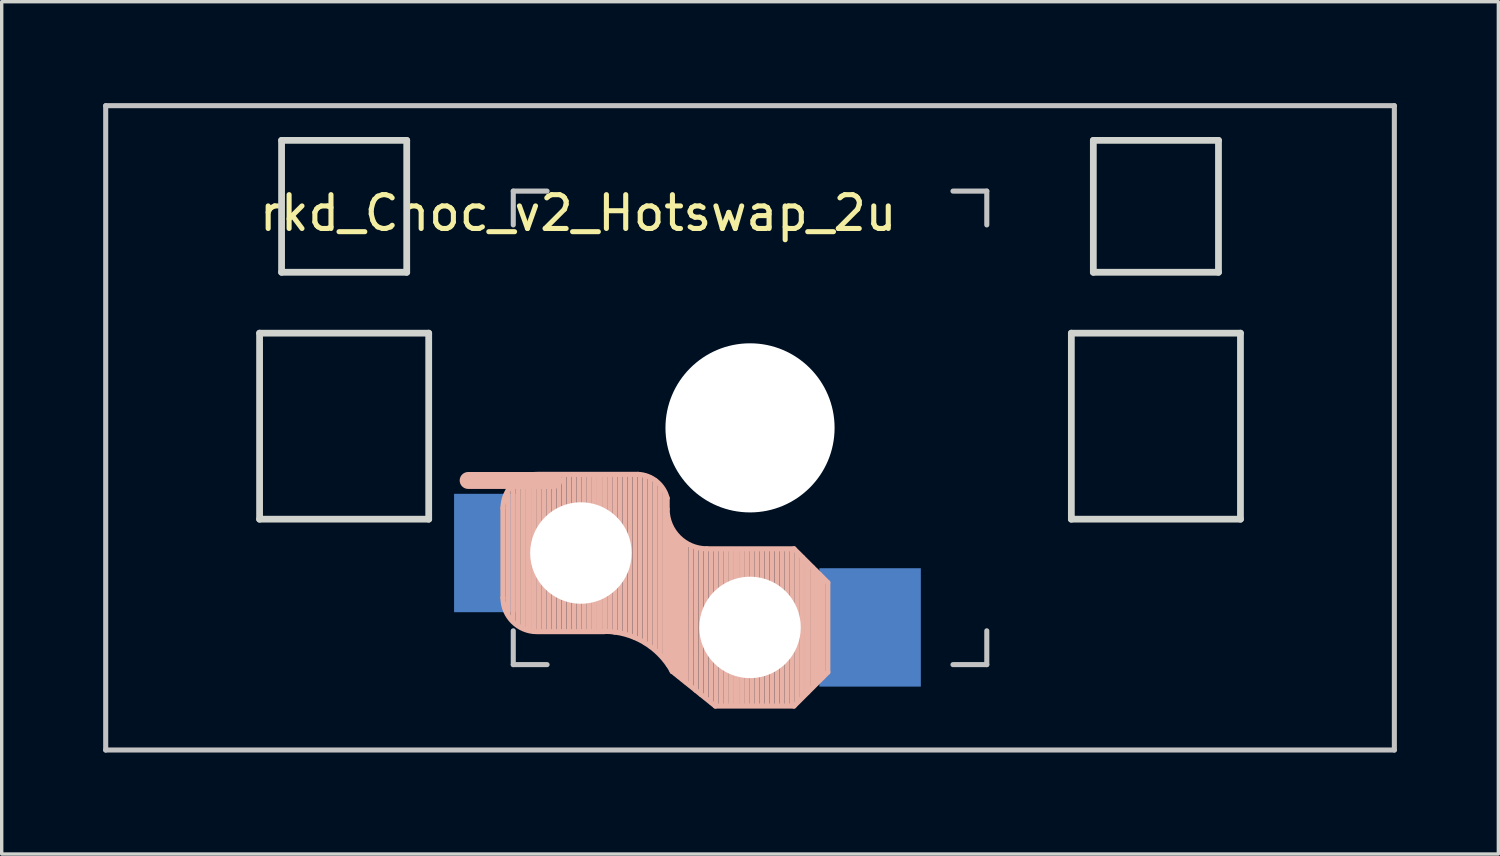
<source format=kicad_pcb>
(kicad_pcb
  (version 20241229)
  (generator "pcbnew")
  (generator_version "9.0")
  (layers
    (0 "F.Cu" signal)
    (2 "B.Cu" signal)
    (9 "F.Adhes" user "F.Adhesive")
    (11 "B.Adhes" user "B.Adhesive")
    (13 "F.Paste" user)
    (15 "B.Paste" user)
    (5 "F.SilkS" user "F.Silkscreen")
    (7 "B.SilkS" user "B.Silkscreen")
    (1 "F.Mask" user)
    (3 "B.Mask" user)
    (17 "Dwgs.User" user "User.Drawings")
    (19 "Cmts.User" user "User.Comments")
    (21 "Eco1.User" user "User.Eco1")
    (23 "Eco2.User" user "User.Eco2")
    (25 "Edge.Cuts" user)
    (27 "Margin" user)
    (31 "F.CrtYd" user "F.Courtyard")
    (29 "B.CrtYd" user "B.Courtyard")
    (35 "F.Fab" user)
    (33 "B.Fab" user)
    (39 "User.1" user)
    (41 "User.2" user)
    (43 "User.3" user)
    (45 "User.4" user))
  (footprint "rkd_Choc_v2_Hotswap_2u"
    (layer "F.Cu")
    (at 19.125 9.6)
    (property "Reference" "rkd_Choc_v2_Hotswap_2u" (at -5.08 -6.35 180) (layer "F.SilkS") (effects (font (size 1 1) (thickness 0.15))))
    (attr through_hole)
    (fp_line (start -7.305 2.375) (end -7.305 5.025) (stroke (width 0.15) (type solid)) (layer "B.SilkS"))
    (fp_line (start -7.15 5.53) (end -7.15 1.85) (stroke (width 0.15) (type solid)) (layer "B.SilkS"))
    (fp_line (start -7 5.7) (end -7 1.73) (stroke (width 0.15) (type solid)) (layer "B.SilkS"))
    (fp_line (start -6.85 5.84) (end -6.85 1.7) (stroke (width 0.15) (type solid)) (layer "B.SilkS"))
    (fp_line (start -6.7 5.92) (end -6.7 1.8) (stroke (width 0.15) (type solid)) (layer "B.SilkS"))
    (fp_line (start -6.55 5.97) (end -6.55 1.65) (stroke (width 0.15) (type solid)) (layer "B.SilkS"))
    (fp_line (start -6.4 6.01) (end -6.4 1.5) (stroke (width 0.15) (type solid)) (layer "B.SilkS"))
    (fp_line (start -6.25 6) (end -6.25 1.4) (stroke (width 0.15) (type solid)) (layer "B.SilkS"))
    (fp_line (start -6.1 6) (end -6.1 1.4) (stroke (width 0.15) (type solid)) (layer "B.SilkS"))
    (fp_line (start -5.95 6) (end -5.95 1.4) (stroke (width 0.15) (type solid)) (layer "B.SilkS"))
    (fp_line (start -5.8 1.555) (end -8.334 1.555) (stroke (width 0.5) (type default)) (layer "B.SilkS"))
    (fp_line (start -5.8 6) (end -5.8 1.4) (stroke (width 0.15) (type solid)) (layer "B.SilkS"))
    (fp_line (start -5.65 6) (end -5.65 1.4) (stroke (width 0.15) (type solid)) (layer "B.SilkS"))
    (fp_line (start -5.5 6) (end -5.5 1.4) (stroke (width 0.15) (type solid)) (layer "B.SilkS"))
    (fp_line (start -5.35 6) (end -5.35 1.4) (stroke (width 0.15) (type solid)) (layer "B.SilkS"))
    (fp_line (start -5.2 6) (end -5.2 1.4) (stroke (width 0.15) (type solid)) (layer "B.SilkS"))
    (fp_line (start -5.05 6) (end -5.05 1.4) (stroke (width 0.15) (type solid)) (layer "B.SilkS"))
    (fp_line (start -4.9 6) (end -4.9 1.4) (stroke (width 0.15) (type solid)) (layer "B.SilkS"))
    (fp_line (start -4.75 6) (end -4.75 1.4) (stroke (width 0.15) (type solid)) (layer "B.SilkS"))
    (fp_line (start -4.6 6) (end -4.6 1.4) (stroke (width 0.15) (type solid)) (layer "B.SilkS"))
    (fp_line (start -4.45 6) (end -4.45 1.4) (stroke (width 0.15) (type solid)) (layer "B.SilkS"))
    (fp_line (start -4.3 6) (end -4.3 1.4) (stroke (width 0.15) (type solid)) (layer "B.SilkS"))
    (fp_line (start -4.3 6.025) (end -6.275 6.025) (stroke (width 0.15) (type solid)) (layer "B.SilkS"))
    (fp_line (start -4.15 6) (end -4.15 1.45) (stroke (width 0.15) (type solid)) (layer "B.SilkS"))
    (fp_line (start -4 6.04) (end -4 1.4) (stroke (width 0.15) (type solid)) (layer "B.SilkS"))
    (fp_line (start -3.85 6.05) (end -3.85 1.4) (stroke (width 0.15) (type solid)) (layer "B.SilkS"))
    (fp_line (start -3.7 6.05) (end -3.7 1.45) (stroke (width 0.15) (type solid)) (layer "B.SilkS"))
    (fp_line (start -3.55 6.1) (end -3.55 1.39) (stroke (width 0.15) (type solid)) (layer "B.SilkS"))
    (fp_line (start -3.4 6.2) (end -3.4 1.38) (stroke (width 0.15) (type solid)) (layer "B.SilkS"))
    (fp_line (start -3.311 1.375) (end -6.275 1.375) (stroke (width 0.15) (type solid)) (layer "B.SilkS"))
    (fp_line (start -3.25 6.25) (end -3.25 1.4) (stroke (width 0.15) (type solid)) (layer "B.SilkS"))
    (fp_line (start -3.1 6.35) (end -3.1 1.43) (stroke (width 0.15) (type solid)) (layer "B.SilkS"))
    (fp_line (start -2.95 6.45) (end -2.95 1.48) (stroke (width 0.15) (type solid)) (layer "B.SilkS"))
    (fp_line (start -2.8 6.55) (end -2.8 1.56) (stroke (width 0.15) (type solid)) (layer "B.SilkS"))
    (fp_line (start -2.65 6.7) (end -2.65 1.75) (stroke (width 0.15) (type solid)) (layer "B.SilkS"))
    (fp_line (start -2.5 6.85) (end -2.5 1.95) (stroke (width 0.15) (type solid)) (layer "B.SilkS"))
    (fp_line (start -2.45 2.4) (end -2.45 2.077) (stroke (width 0.15) (type default)) (layer "B.SilkS"))
    (fp_line (start -2.4 7.02) (end -2.4 2.9) (stroke (width 0.15) (type solid)) (layer "B.SilkS"))
    (fp_line (start -2.3 7.2) (end -2.3 3.05) (stroke (width 0.15) (type solid)) (layer "B.SilkS"))
    (fp_line (start -2.3 7.2) (end -1.025 8.225) (stroke (width 0.15) (type solid)) (layer "B.SilkS"))
    (fp_line (start -2.2 7.27) (end -2.2 3.25) (stroke (width 0.15) (type solid)) (layer "B.SilkS"))
    (fp_line (start -2.1 7.35) (end -2.1 3.35) (stroke (width 0.15) (type solid)) (layer "B.SilkS"))
    (fp_line (start -2 7.43) (end -2 3.4) (stroke (width 0.15) (type solid)) (layer "B.SilkS"))
    (fp_line (start -1.89 7.52) (end -1.9 3.45) (stroke (width 0.15) (type solid)) (layer "B.SilkS"))
    (fp_line (start -1.75 7.62) (end -1.75 3.5) (stroke (width 0.15) (type solid)) (layer "B.SilkS"))
    (fp_line (start -1.6 7.76) (end -1.6 3.6) (stroke (width 0.15) (type solid)) (layer "B.SilkS"))
    (fp_line (start -1.45 7.88) (end -1.45 3.6) (stroke (width 0.15) (type solid)) (layer "B.SilkS"))
    (fp_line (start -1.3 7.99) (end -1.3 3.6) (stroke (width 0.15) (type solid)) (layer "B.SilkS"))
    (fp_line (start -1.15 8.11) (end -1.15 3.65) (stroke (width 0.15) (type solid)) (layer "B.SilkS"))
    (fp_line (start -1 8.2) (end -1 3.6) (stroke (width 0.15) (type solid)) (layer "B.SilkS"))
    (fp_line (start -0.85 8.2) (end -0.85 3.6) (stroke (width 0.15) (type solid)) (layer "B.SilkS"))
    (fp_line (start -0.7 8.2) (end -0.7 3.6) (stroke (width 0.15) (type solid)) (layer "B.SilkS"))
    (fp_line (start -0.55 8.2) (end -0.55 3.6) (stroke (width 0.15) (type solid)) (layer "B.SilkS"))
    (fp_line (start -0.4 8.2) (end -0.4 3.6) (stroke (width 0.15) (type solid)) (layer "B.SilkS"))
    (fp_line (start -0.25 8.2) (end -0.25 3.6) (stroke (width 0.15) (type solid)) (layer "B.SilkS"))
    (fp_line (start -0.1 8.2) (end -0.1 3.6) (stroke (width 0.15) (type solid)) (layer "B.SilkS"))
    (fp_line (start 0.05 8.2) (end 0.05 3.6) (stroke (width 0.15) (type solid)) (layer "B.SilkS"))
    (fp_line (start 0.2 8.2) (end 0.2 3.6) (stroke (width 0.15) (type solid)) (layer "B.SilkS"))
    (fp_line (start 0.35 8.2) (end 0.35 3.6) (stroke (width 0.15) (type solid)) (layer "B.SilkS"))
    (fp_line (start 0.5 8.2) (end 0.5 3.6) (stroke (width 0.15) (type solid)) (layer "B.SilkS"))
    (fp_line (start 0.65 8.2) (end 0.65 3.6) (stroke (width 0.15) (type solid)) (layer "B.SilkS"))
    (fp_line (start 0.8 8.2) (end 0.8 3.6) (stroke (width 0.15) (type solid)) (layer "B.SilkS"))
    (fp_line (start 0.95 8.2) (end 0.95 3.6) (stroke (width 0.15) (type solid)) (layer "B.SilkS"))
    (fp_line (start 1.1 8.2) (end 1.1 3.6) (stroke (width 0.15) (type solid)) (layer "B.SilkS"))
    (fp_line (start 1.25 8.2) (end 1.25 3.6) (stroke (width 0.15) (type solid)) (layer "B.SilkS"))
    (fp_line (start 1.3 3.575) (end -1.275 3.575) (stroke (width 0.15) (type solid)) (layer "B.SilkS"))
    (fp_line (start 1.3 8.225) (end -1.025 8.225) (stroke (width 0.15) (type solid)) (layer "B.SilkS"))
    (fp_line (start 1.4 8.09) (end 1.4 3.7) (stroke (width 0.15) (type solid)) (layer "B.SilkS"))
    (fp_line (start 1.55 7.95) (end 1.55 3.83) (stroke (width 0.15) (type solid)) (layer "B.SilkS"))
    (fp_line (start 1.7 7.82) (end 1.7 3.99) (stroke (width 0.15) (type solid)) (layer "B.SilkS"))
    (fp_line (start 1.85 7.66) (end 1.85 4.13) (stroke (width 0.15) (type solid)) (layer "B.SilkS"))
    (fp_line (start 1.95 7.56) (end 1.95 4.23) (stroke (width 0.15) (type solid)) (layer "B.SilkS"))
    (fp_line (start 2.05 7.45) (end 2.05 4.33) (stroke (width 0.15) (type solid)) (layer "B.SilkS"))
    (fp_line (start 2.15 7.37) (end 2.15 4.44) (stroke (width 0.15) (type solid)) (layer "B.SilkS"))
    (fp_line (start 2.3 4.575) (end 1.3 3.575) (stroke (width 0.15) (type solid)) (layer "B.SilkS"))
    (fp_line (start 2.3 4.575) (end 2.3 7.225) (stroke (width 0.15) (type solid)) (layer "B.SilkS"))
    (fp_line (start 2.3 7.225) (end 1.3 8.225) (stroke (width 0.15) (type solid)) (layer "B.SilkS"))
    (fp_arc (start -7.305 2.375) (mid -7.012107 1.667893) (end -6.305 1.375) (stroke (width 0.15) (type solid)) (layer "B.SilkS"))
    (fp_arc (start -6.305 6.025) (mid -7.012107 5.732107) (end -7.305 5.025) (stroke (width 0.15) (type solid)) (layer "B.SilkS"))
    (fp_arc (start -4.3 6.017458) (mid -3.138277 6.335211) (end -2.3 7.2) (stroke (width 0.15) (type solid)) (layer "B.SilkS"))
    (fp_arc (start -3.311204 1.375) (mid -2.763915 1.58277) (end -2.45 2.076887) (stroke (width 0.15) (type solid)) (layer "B.SilkS"))
    (fp_arc (start -1.275 3.575) (mid -2.10585 3.23085) (end -2.45 2.4) (stroke (width 0.15) (type solid)) (layer "B.SilkS"))
    (fp_line (start -19.05 -9.525) (end 19.05 -9.525) (stroke (width 0.15) (type solid)) (layer "Dwgs.User"))
    (fp_line (start -19.05 9.525) (end -19.05 -9.525) (stroke (width 0.15) (type solid)) (layer "Dwgs.User"))
    (fp_line (start -7 -7) (end -6 -7) (stroke (width 0.15) (type solid)) (layer "Dwgs.User"))
    (fp_line (start -7 -6) (end -7 -7) (stroke (width 0.15) (type solid)) (layer "Dwgs.User"))
    (fp_line (start -7 7) (end -7 6) (stroke (width 0.15) (type solid)) (layer "Dwgs.User"))
    (fp_line (start -6 7) (end -7 7) (stroke (width 0.15) (type solid)) (layer "Dwgs.User"))
    (fp_line (start 6 7) (end 7 7) (stroke (width 0.15) (type solid)) (layer "Dwgs.User"))
    (fp_line (start 7 -7) (end 6 -7) (stroke (width 0.15) (type solid)) (layer "Dwgs.User"))
    (fp_line (start 7 -6) (end 7 -7) (stroke (width 0.15) (type solid)) (layer "Dwgs.User"))
    (fp_line (start 7 7) (end 7 6) (stroke (width 0.15) (type solid)) (layer "Dwgs.User"))
    (fp_line (start 19.05 -9.525) (end 19.05 9.525) (stroke (width 0.15) (type solid)) (layer "Dwgs.User"))
    (fp_line (start 19.05 9.525) (end -19.05 9.525) (stroke (width 0.15) (type solid)) (layer "Dwgs.User"))
    (fp_line (start -14.5 -2.8) (end -9.5 -2.8) (stroke (width 0.2) (type solid)) (layer "Edge.Cuts"))
    (fp_line (start -14.5 2.7) (end -14.5 -2.8) (stroke (width 0.2) (type solid)) (layer "Edge.Cuts"))
    (fp_line (start -13.85 -8.5) (end -10.15 -8.5) (stroke (width 0.2) (type solid)) (layer "Edge.Cuts"))
    (fp_line (start -13.85 -4.6) (end -13.85 -8.5) (stroke (width 0.2) (type solid)) (layer "Edge.Cuts"))
    (fp_line (start -10.15 -8.5) (end -10.15 -4.6) (stroke (width 0.2) (type solid)) (layer "Edge.Cuts"))
    (fp_line (start -10.15 -4.6) (end -13.85 -4.6) (stroke (width 0.2) (type solid)) (layer "Edge.Cuts"))
    (fp_line (start -9.5 -2.8) (end -9.5 2.7) (stroke (width 0.2) (type solid)) (layer "Edge.Cuts"))
    (fp_line (start -9.5 2.7) (end -14.5 2.7) (stroke (width 0.2) (type solid)) (layer "Edge.Cuts"))
    (fp_line (start 9.5 -2.8) (end 9.5 2.7) (stroke (width 0.2) (type solid)) (layer "Edge.Cuts"))
    (fp_line (start 9.5 2.7) (end 14.5 2.7) (stroke (width 0.2) (type solid)) (layer "Edge.Cuts"))
    (fp_line (start 10.15 -8.5) (end 10.15 -4.6) (stroke (width 0.2) (type solid)) (layer "Edge.Cuts"))
    (fp_line (start 10.15 -4.6) (end 13.85 -4.6) (stroke (width 0.2) (type solid)) (layer "Edge.Cuts"))
    (fp_line (start 13.85 -8.5) (end 10.15 -8.5) (stroke (width 0.2) (type solid)) (layer "Edge.Cuts"))
    (fp_line (start 13.85 -8.5) (end 13.85 -4.6) (stroke (width 0.2) (type solid)) (layer "Edge.Cuts"))
    (fp_line (start 14.5 -2.8) (end 9.5 -2.8) (stroke (width 0.2) (type solid)) (layer "Edge.Cuts"))
    (fp_line (start 14.5 2.7) (end 14.5 -2.8) (stroke (width 0.2) (type solid)) (layer "Edge.Cuts"))
    (pad "" np_thru_hole circle (at -5 3.7 90) (size 3 3) (drill 3) (layers "*.Cu" "*.Mask"))
    (pad "" np_thru_hole circle (at 0 0 90) (size 5 5) (drill 5) (layers "*.Cu" "*.Mask"))
    (pad "" np_thru_hole circle (at 0 5.9 90) (size 3 3) (drill 3) (layers "*.Cu" "*.Mask"))
    (pad "1" smd rect (at -7.8 3.7 180) (size 1.9 3.5) (layers "B.Cu" "B.Mask" "B.Paste"))
    (pad "2" smd rect (at 3.55 5.9 180) (size 3 3.5) (layers "B.Cu" "B.Mask" "B.Paste")))
  (gr_rect
    (start -3 -3)
    (end 41.25 22.2)
    (stroke (width 0.1) (type default))
    (fill no)
    (layer "Edge.Cuts")))
</source>
